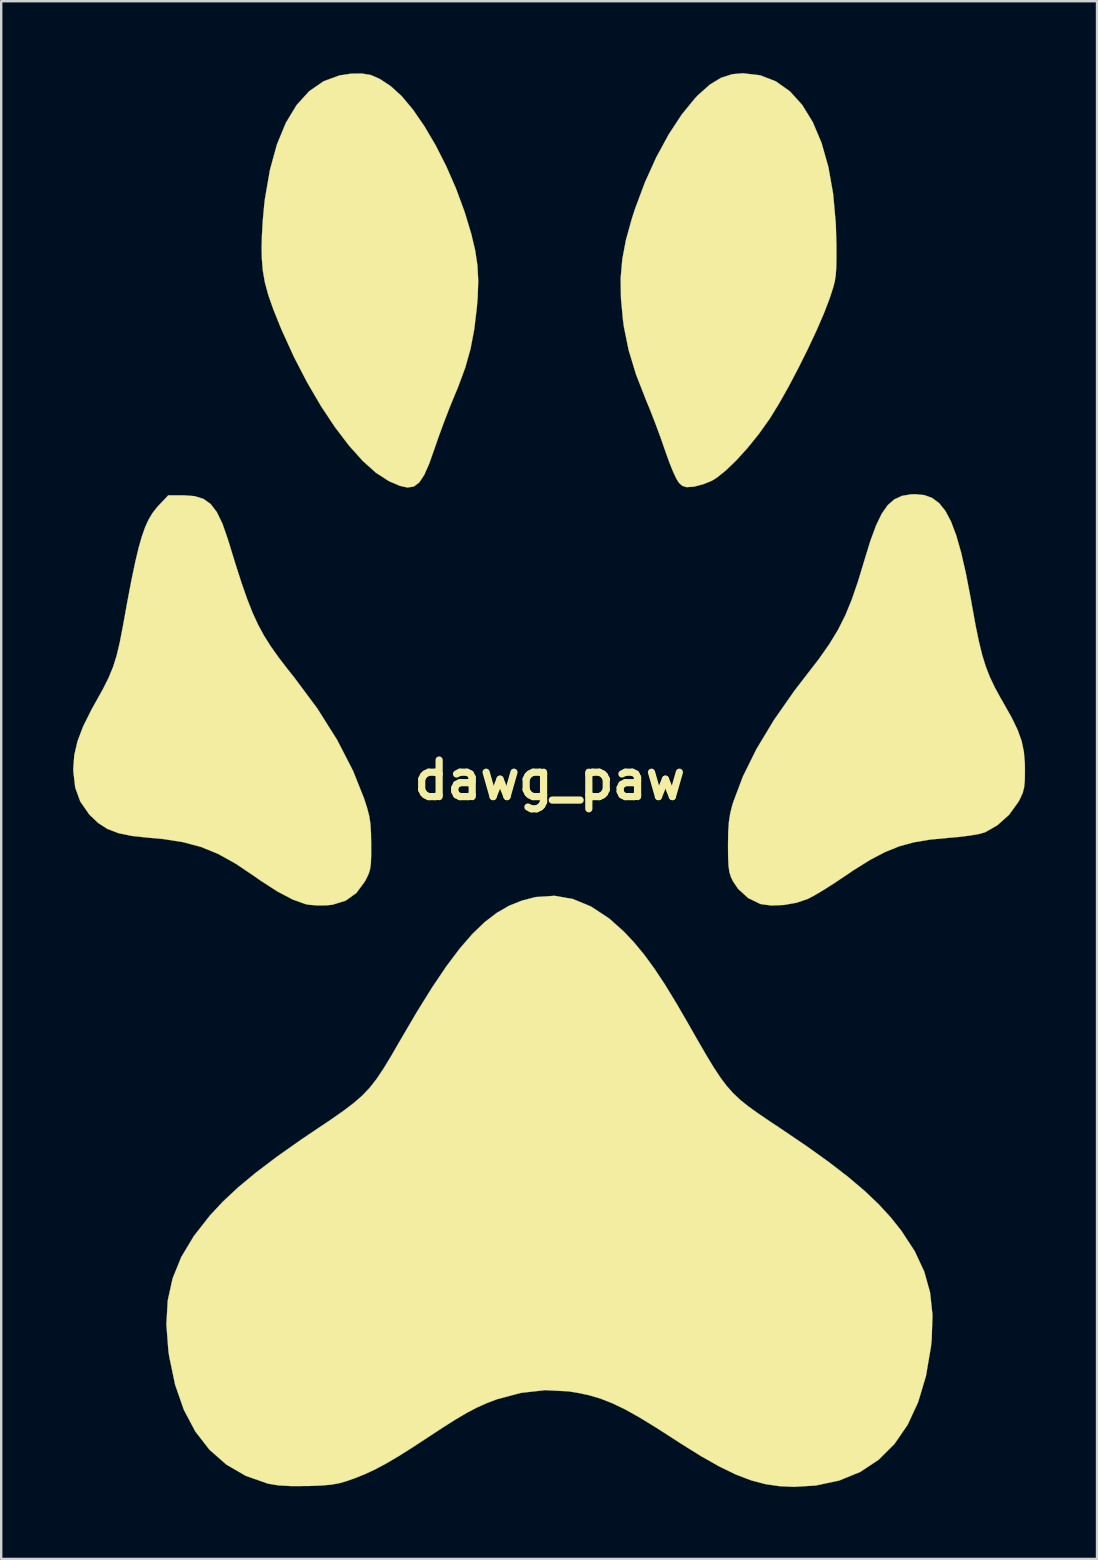
<source format=kicad_pcb>
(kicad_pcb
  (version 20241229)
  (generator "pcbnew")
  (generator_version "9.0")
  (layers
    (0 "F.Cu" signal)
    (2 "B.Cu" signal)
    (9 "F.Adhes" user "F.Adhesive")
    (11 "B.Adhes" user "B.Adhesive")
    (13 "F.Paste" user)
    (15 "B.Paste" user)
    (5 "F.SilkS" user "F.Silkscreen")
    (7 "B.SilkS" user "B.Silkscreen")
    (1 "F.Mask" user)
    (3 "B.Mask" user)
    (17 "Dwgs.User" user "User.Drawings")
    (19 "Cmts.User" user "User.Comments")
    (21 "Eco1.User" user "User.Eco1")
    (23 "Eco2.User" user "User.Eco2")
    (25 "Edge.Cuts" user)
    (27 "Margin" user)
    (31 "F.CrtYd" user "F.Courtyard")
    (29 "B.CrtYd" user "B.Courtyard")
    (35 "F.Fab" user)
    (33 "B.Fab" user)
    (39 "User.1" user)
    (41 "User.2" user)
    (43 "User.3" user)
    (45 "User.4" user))
  (footprint "dawg_paw"
    (layer "F.Cu")
    (at 19.863 29.467)
    (property "Reference" "dawg_paw" (at 0 0 0) (layer "F.SilkS") (effects (font (size 1.524 1.524) (thickness 0.3))))
    (attr through_hole)
    (fp_poly (pts (xy -7.449 -29.387) (xy -7.083 -29.227) (xy -6.667 -28.954) (xy -6.618 -28.918) (xy -6.17 -28.511) (xy -5.7 -27.949) (xy -5.224 -27.258) (xy -4.756 -26.464) (xy -4.314 -25.594) (xy -3.91 -24.672) (xy -3.561 -23.726) (xy -3.51 -23.569) (xy -3.269 -22.769) (xy -3.105 -22.078) (xy -3.01 -21.443) (xy -2.978 -20.808) (xy -3.001 -20.118) (xy -3.033 -19.728) (xy -3.143 -18.798) (xy -3.298 -17.978) (xy -3.518 -17.195) (xy -3.821 -16.375) (xy -3.96 -16.043) (xy -4.172 -15.525) (xy -4.408 -14.912) (xy -4.637 -14.289) (xy -4.801 -13.814) (xy -5.025 -13.182) (xy -5.23 -12.718) (xy -5.435 -12.408) (xy -5.66 -12.238) (xy -5.924 -12.195) (xy -6.246 -12.265) (xy -6.646 -12.436) (xy -6.723 -12.474) (xy -7.242 -12.81) (xy -7.795 -13.307) (xy -8.371 -13.95) (xy -8.956 -14.72) (xy -9.54 -15.602) (xy -10.111 -16.579) (xy -10.656 -17.632) (xy -11.164 -18.746) (xy -11.225 -18.891) (xy -11.514 -19.608) (xy -11.725 -20.208) (xy -11.869 -20.736) (xy -11.957 -21.238) (xy -11.999 -21.758) (xy -12.007 -22.184) (xy -11.993 -22.723) (xy -11.956 -23.345) (xy -11.901 -23.953) (xy -11.869 -24.23) (xy -11.659 -25.441) (xy -11.368 -26.498) (xy -10.997 -27.397) (xy -10.549 -28.137) (xy -10.025 -28.715) (xy -9.426 -29.129) (xy -8.755 -29.375) (xy -8.292 -29.444) (xy -7.83 -29.452) (xy -7.449 -29.387)) (stroke (width 0.01) (type solid)) (fill yes) (layer "F.SilkS"))
    (fp_poly (pts (xy 8.772 -29.379) (xy 9.425 -29.127) (xy 10.011 -28.713) (xy 10.527 -28.143) (xy 10.969 -27.424) (xy 11.333 -26.561) (xy 11.617 -25.561) (xy 11.817 -24.431) (xy 11.929 -23.175) (xy 11.953 -22.306) (xy 11.954 -21.763) (xy 11.947 -21.358) (xy 11.925 -21.045) (xy 11.882 -20.777) (xy 11.811 -20.508) (xy 11.708 -20.19) (xy 11.658 -20.043) (xy 11.428 -19.443) (xy 11.12 -18.732) (xy 10.756 -17.957) (xy 10.36 -17.162) (xy 9.954 -16.391) (xy 9.559 -15.691) (xy 9.199 -15.105) (xy 9.146 -15.025) (xy 8.718 -14.426) (xy 8.258 -13.856) (xy 7.793 -13.341) (xy 7.351 -12.913) (xy 6.957 -12.598) (xy 6.759 -12.477) (xy 6.42 -12.339) (xy 6.061 -12.241) (xy 5.981 -12.228) (xy 5.707 -12.21) (xy 5.528 -12.266) (xy 5.388 -12.391) (xy 5.282 -12.561) (xy 5.141 -12.865) (xy 4.982 -13.26) (xy 4.824 -13.704) (xy 4.82 -13.716) (xy 4.626 -14.272) (xy 4.398 -14.888) (xy 4.168 -15.476) (xy 4.026 -15.818) (xy 3.599 -16.912) (xy 3.293 -17.921) (xy 3.096 -18.886) (xy 3.058 -19.165) (xy 2.972 -20.09) (xy 2.96 -20.92) (xy 3.028 -21.713) (xy 3.182 -22.525) (xy 3.429 -23.412) (xy 3.555 -23.8) (xy 3.969 -24.911) (xy 4.443 -25.957) (xy 4.961 -26.911) (xy 5.506 -27.743) (xy 6.064 -28.426) (xy 6.191 -28.558) (xy 6.682 -28.993) (xy 7.145 -29.275) (xy 7.62 -29.425) (xy 8.055 -29.462) (xy 8.772 -29.379)) (stroke (width 0.01) (type solid)) (fill yes) (layer "F.SilkS"))
    (fp_poly (pts (xy -14.8 -11.835) (xy -14.432 -11.72) (xy -14.129 -11.503) (xy -13.872 -11.166) (xy -13.641 -10.687) (xy -13.418 -10.047) (xy -13.383 -9.934) (xy -13.095 -8.996) (xy -12.842 -8.209) (xy -12.61 -7.546) (xy -12.387 -6.979) (xy -12.158 -6.48) (xy -11.91 -6.023) (xy -11.631 -5.58) (xy -11.307 -5.122) (xy -10.925 -4.624) (xy -10.662 -4.295) (xy -9.687 -2.986) (xy -8.862 -1.677) (xy -8.197 -0.386) (xy -7.744 0.749) (xy -7.609 1.164) (xy -7.521 1.504) (xy -7.471 1.837) (xy -7.448 2.228) (xy -7.441 2.679) (xy -7.441 3.145) (xy -7.453 3.473) (xy -7.486 3.713) (xy -7.546 3.911) (xy -7.643 4.114) (xy -7.708 4.233) (xy -8.058 4.707) (xy -8.502 5.026) (xy -9.052 5.196) (xy -9.306 5.223) (xy -9.673 5.227) (xy -10.026 5.199) (xy -10.183 5.17) (xy -10.714 4.979) (xy -11.346 4.646) (xy -12.084 4.169) (xy -12.314 4.006) (xy -13.097 3.48) (xy -13.818 3.08) (xy -14.529 2.789) (xy -15.28 2.588) (xy -16.124 2.457) (xy -16.704 2.405) (xy -17.415 2.33) (xy -17.981 2.212) (xy -18.438 2.036) (xy -18.823 1.788) (xy -19.173 1.453) (xy -19.201 1.421) (xy -19.564 0.9) (xy -19.778 0.312) (xy -19.857 -0.377) (xy -19.858 -0.469) (xy -19.817 -1.035) (xy -19.684 -1.612) (xy -19.448 -2.235) (xy -19.098 -2.939) (xy -18.933 -3.233) (xy -18.619 -3.797) (xy -18.379 -4.278) (xy -18.195 -4.727) (xy -18.048 -5.198) (xy -17.919 -5.742) (xy -17.79 -6.411) (xy -17.775 -6.495) (xy -17.589 -7.519) (xy -17.424 -8.379) (xy -17.274 -9.093) (xy -17.135 -9.679) (xy -16.999 -10.156) (xy -16.862 -10.543) (xy -16.719 -10.857) (xy -16.564 -11.118) (xy -16.39 -11.344) (xy -16.294 -11.451) (xy -15.899 -11.869) (xy -15.253 -11.869) (xy -14.8 -11.835)) (stroke (width 0.01) (type solid)) (fill yes) (layer "F.SilkS"))
    (fp_poly (pts (xy 15.62 -11.878) (xy 15.947 -11.758) (xy 16.236 -11.542) (xy 16.495 -11.22) (xy 16.73 -10.777) (xy 16.947 -10.203) (xy 17.152 -9.483) (xy 17.352 -8.607) (xy 17.553 -7.561) (xy 17.6 -7.297) (xy 17.75 -6.467) (xy 17.89 -5.786) (xy 18.029 -5.218) (xy 18.18 -4.729) (xy 18.354 -4.284) (xy 18.562 -3.848) (xy 18.815 -3.386) (xy 18.919 -3.207) (xy 19.264 -2.595) (xy 19.511 -2.082) (xy 19.674 -1.624) (xy 19.768 -1.174) (xy 19.808 -0.686) (xy 19.812 -0.416) (xy 19.806 0.004) (xy 19.779 0.301) (xy 19.718 0.538) (xy 19.61 0.777) (xy 19.538 0.911) (xy 19.153 1.445) (xy 18.656 1.889) (xy 18.149 2.177) (xy 17.896 2.248) (xy 17.503 2.316) (xy 17.012 2.375) (xy 16.622 2.409) (xy 15.848 2.483) (xy 15.176 2.596) (xy 14.563 2.765) (xy 13.968 3.006) (xy 13.347 3.333) (xy 12.657 3.765) (xy 12.251 4.039) (xy 11.825 4.324) (xy 11.402 4.591) (xy 11.031 4.811) (xy 10.762 4.953) (xy 10.76 4.954) (xy 10.292 5.113) (xy 9.762 5.207) (xy 9.242 5.229) (xy 8.805 5.171) (xy 8.775 5.162) (xy 8.274 4.919) (xy 7.854 4.535) (xy 7.642 4.22) (xy 7.552 4.03) (xy 7.492 3.832) (xy 7.457 3.583) (xy 7.44 3.239) (xy 7.435 2.756) (xy 7.435 2.725) (xy 7.443 2.177) (xy 7.471 1.753) (xy 7.526 1.394) (xy 7.616 1.038) (xy 7.651 0.924) (xy 8.058 -0.155) (xy 8.625 -1.3) (xy 9.346 -2.497) (xy 10.212 -3.736) (xy 10.714 -4.387) (xy 11.236 -5.064) (xy 11.663 -5.674) (xy 12.018 -6.258) (xy 12.32 -6.857) (xy 12.591 -7.515) (xy 12.851 -8.271) (xy 13.123 -9.168) (xy 13.123 -9.168) (xy 13.37 -9.973) (xy 13.606 -10.612) (xy 13.842 -11.102) (xy 14.092 -11.459) (xy 14.369 -11.701) (xy 14.687 -11.846) (xy 15.057 -11.909) (xy 15.251 -11.915) (xy 15.62 -11.878)) (stroke (width 0.01) (type solid)) (fill yes) (layer "F.SilkS"))
    (fp_poly (pts (xy 0.966 4.958) (xy 1.726 5.273) (xy 2.477 5.768) (xy 3.095 6.319) (xy 3.522 6.774) (xy 3.938 7.276) (xy 4.359 7.851) (xy 4.805 8.524) (xy 5.291 9.322) (xy 5.724 10.068) (xy 6.163 10.838) (xy 6.53 11.47) (xy 6.843 11.987) (xy 7.123 12.41) (xy 7.389 12.762) (xy 7.66 13.065) (xy 7.956 13.342) (xy 8.296 13.614) (xy 8.701 13.904) (xy 9.188 14.235) (xy 9.64 14.535) (xy 10.717 15.265) (xy 11.645 15.93) (xy 12.441 16.544) (xy 13.123 17.122) (xy 13.709 17.678) (xy 14.215 18.228) (xy 14.659 18.786) (xy 14.666 18.796) (xy 15.22 19.645) (xy 15.614 20.488) (xy 15.857 21.359) (xy 15.958 22.293) (xy 15.925 23.321) (xy 15.894 23.621) (xy 15.685 24.846) (xy 15.36 25.932) (xy 14.922 26.877) (xy 14.372 27.677) (xy 13.713 28.333) (xy 12.945 28.841) (xy 12.071 29.199) (xy 11.093 29.407) (xy 10.198 29.462) (xy 9.585 29.436) (xy 8.991 29.349) (xy 8.393 29.19) (xy 7.765 28.95) (xy 7.081 28.619) (xy 6.316 28.187) (xy 5.445 27.643) (xy 5.216 27.494) (xy 4.414 26.978) (xy 3.731 26.561) (xy 3.139 26.231) (xy 2.61 25.977) (xy 2.118 25.784) (xy 1.633 25.641) (xy 1.128 25.536) (xy 0.778 25.481) (xy -0.185 25.432) (xy -1.189 25.544) (xy -2.19 25.81) (xy -2.247 25.83) (xy -2.647 25.983) (xy -3.035 26.158) (xy -3.444 26.372) (xy -3.908 26.645) (xy -4.46 26.994) (xy -4.988 27.341) (xy -5.711 27.815) (xy -6.315 28.195) (xy -6.83 28.498) (xy -7.284 28.74) (xy -7.708 28.936) (xy -8.129 29.105) (xy -8.133 29.106) (xy -8.496 29.234) (xy -8.809 29.32) (xy -9.129 29.374) (xy -9.514 29.407) (xy -10.022 29.427) (xy -10.068 29.428) (xy -10.765 29.432) (xy -11.309 29.401) (xy -11.727 29.332) (xy -11.75 29.327) (xy -12.668 29.005) (xy -13.479 28.534) (xy -14.181 27.916) (xy -14.772 27.154) (xy -15.25 26.25) (xy -15.613 25.206) (xy -15.86 24.025) (xy -15.894 23.786) (xy -15.977 22.695) (xy -15.921 21.699) (xy -15.717 20.772) (xy -15.358 19.885) (xy -14.835 19.013) (xy -14.162 18.152) (xy -13.626 17.578) (xy -12.996 16.988) (xy -12.254 16.371) (xy -11.385 15.712) (xy -10.373 14.998) (xy -9.793 14.607) (xy -9.129 14.161) (xy -8.595 13.788) (xy -8.162 13.459) (xy -7.805 13.146) (xy -7.497 12.821) (xy -7.212 12.456) (xy -6.923 12.024) (xy -6.603 11.496) (xy -6.23 10.851) (xy -5.535 9.667) (xy -4.898 8.643) (xy -4.308 7.768) (xy -3.754 7.031) (xy -3.227 6.421) (xy -2.715 5.927) (xy -2.207 5.537) (xy -1.694 5.241) (xy -1.164 5.027) (xy -0.607 4.883) (xy -0.565 4.875) (xy 0.201 4.825) (xy 0.966 4.958)) (stroke (width 0.01) (type solid)) (fill yes) (layer "F.SilkS")))
  (gr_rect
    (start -3 -3)
    (end 42.68 61.934)
    (stroke (width 0.1) (type default))
    (fill no)
    (layer "Edge.Cuts")))
</source>
